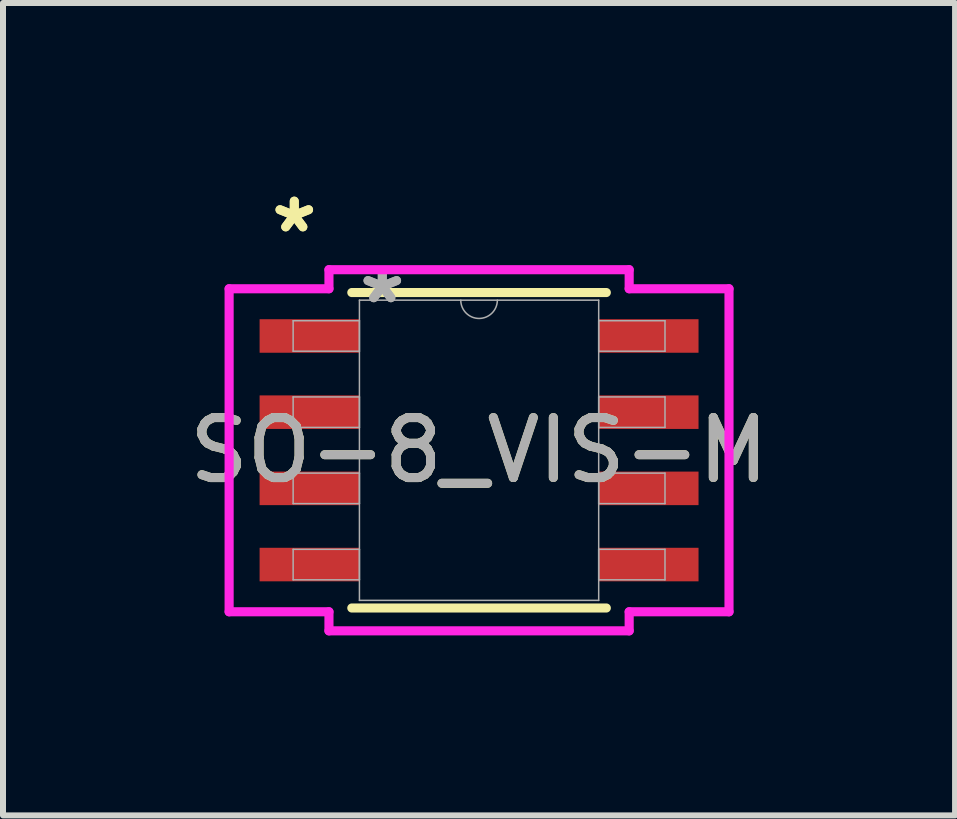
<source format=kicad_pcb>
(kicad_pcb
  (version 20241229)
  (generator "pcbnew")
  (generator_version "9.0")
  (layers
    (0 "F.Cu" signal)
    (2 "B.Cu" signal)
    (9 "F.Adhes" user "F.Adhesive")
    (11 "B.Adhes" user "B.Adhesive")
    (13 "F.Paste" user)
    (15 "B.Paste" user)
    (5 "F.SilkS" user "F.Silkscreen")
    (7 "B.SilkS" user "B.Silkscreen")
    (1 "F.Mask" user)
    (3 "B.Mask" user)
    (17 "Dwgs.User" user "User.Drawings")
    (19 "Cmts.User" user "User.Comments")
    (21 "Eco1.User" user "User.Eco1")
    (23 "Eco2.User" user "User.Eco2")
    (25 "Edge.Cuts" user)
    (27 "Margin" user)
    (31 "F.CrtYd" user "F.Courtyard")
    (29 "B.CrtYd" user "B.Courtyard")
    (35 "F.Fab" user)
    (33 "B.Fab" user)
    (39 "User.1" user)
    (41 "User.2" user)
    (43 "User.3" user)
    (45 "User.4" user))
  (footprint "SO-8_VIS-M"
    (layer "F.Cu")
    (at 4.935 4.455)
    (property "Reference" "SO-8_VIS-M" (at 0 0 0) (unlocked yes) (layer "F.SilkS") (effects (font (size 1 1) (thickness 0.15))))
    (attr smd)
    (fp_line (start -2.121 2.629) (end 2.121 2.629) (stroke (width 0.152) (type solid)) (layer "F.SilkS"))
    (fp_line (start 2.121 -2.629) (end -2.121 -2.629) (stroke (width 0.152) (type solid)) (layer "F.SilkS"))
    (fp_line (start -4.166 -2.692) (end -2.502 -2.692) (stroke (width 0.152) (type solid)) (layer "F.CrtYd"))
    (fp_line (start -4.166 2.692) (end -4.166 -2.692) (stroke (width 0.152) (type solid)) (layer "F.CrtYd"))
    (fp_line (start -4.166 2.692) (end -2.502 2.692) (stroke (width 0.152) (type solid)) (layer "F.CrtYd"))
    (fp_line (start -2.502 -3.01) (end 2.502 -3.01) (stroke (width 0.152) (type solid)) (layer "F.CrtYd"))
    (fp_line (start -2.502 -2.692) (end -2.502 -3.01) (stroke (width 0.152) (type solid)) (layer "F.CrtYd"))
    (fp_line (start -2.502 3.01) (end -2.502 2.692) (stroke (width 0.152) (type solid)) (layer "F.CrtYd"))
    (fp_line (start 2.502 -3.01) (end 2.502 -2.692) (stroke (width 0.152) (type solid)) (layer "F.CrtYd"))
    (fp_line (start 2.502 2.692) (end 2.502 3.01) (stroke (width 0.152) (type solid)) (layer "F.CrtYd"))
    (fp_line (start 2.502 3.01) (end -2.502 3.01) (stroke (width 0.152) (type solid)) (layer "F.CrtYd"))
    (fp_line (start 4.166 -2.692) (end 2.502 -2.692) (stroke (width 0.152) (type solid)) (layer "F.CrtYd"))
    (fp_line (start 4.166 -2.692) (end 4.166 2.692) (stroke (width 0.152) (type solid)) (layer "F.CrtYd"))
    (fp_line (start 4.166 2.692) (end 2.502 2.692) (stroke (width 0.152) (type solid)) (layer "F.CrtYd"))
    (fp_line (start -3.099 -2.159) (end -3.099 -1.651) (stroke (width 0.025) (type solid)) (layer "F.Fab"))
    (fp_line (start -3.099 -1.651) (end -1.994 -1.651) (stroke (width 0.025) (type solid)) (layer "F.Fab"))
    (fp_line (start -3.099 -0.889) (end -3.099 -0.381) (stroke (width 0.025) (type solid)) (layer "F.Fab"))
    (fp_line (start -3.099 -0.381) (end -1.994 -0.381) (stroke (width 0.025) (type solid)) (layer "F.Fab"))
    (fp_line (start -3.099 0.381) (end -3.099 0.889) (stroke (width 0.025) (type solid)) (layer "F.Fab"))
    (fp_line (start -3.099 0.889) (end -1.994 0.889) (stroke (width 0.025) (type solid)) (layer "F.Fab"))
    (fp_line (start -3.099 1.651) (end -3.099 2.159) (stroke (width 0.025) (type solid)) (layer "F.Fab"))
    (fp_line (start -3.099 2.159) (end -1.994 2.159) (stroke (width 0.025) (type solid)) (layer "F.Fab"))
    (fp_line (start -1.994 -2.502) (end -1.994 2.502) (stroke (width 0.025) (type solid)) (layer "F.Fab"))
    (fp_line (start -1.994 -2.159) (end -3.099 -2.159) (stroke (width 0.025) (type solid)) (layer "F.Fab"))
    (fp_line (start -1.994 -1.651) (end -1.994 -2.159) (stroke (width 0.025) (type solid)) (layer "F.Fab"))
    (fp_line (start -1.994 -0.889) (end -3.099 -0.889) (stroke (width 0.025) (type solid)) (layer "F.Fab"))
    (fp_line (start -1.994 -0.381) (end -1.994 -0.889) (stroke (width 0.025) (type solid)) (layer "F.Fab"))
    (fp_line (start -1.994 0.381) (end -3.099 0.381) (stroke (width 0.025) (type solid)) (layer "F.Fab"))
    (fp_line (start -1.994 0.889) (end -1.994 0.381) (stroke (width 0.025) (type solid)) (layer "F.Fab"))
    (fp_line (start -1.994 1.651) (end -3.099 1.651) (stroke (width 0.025) (type solid)) (layer "F.Fab"))
    (fp_line (start -1.994 2.159) (end -1.994 1.651) (stroke (width 0.025) (type solid)) (layer "F.Fab"))
    (fp_line (start -1.994 2.502) (end 1.994 2.502) (stroke (width 0.025) (type solid)) (layer "F.Fab"))
    (fp_line (start 1.994 -2.502) (end -1.994 -2.502) (stroke (width 0.025) (type solid)) (layer "F.Fab"))
    (fp_line (start 1.994 -2.159) (end 1.994 -1.651) (stroke (width 0.025) (type solid)) (layer "F.Fab"))
    (fp_line (start 1.994 -1.651) (end 3.099 -1.651) (stroke (width 0.025) (type solid)) (layer "F.Fab"))
    (fp_line (start 1.994 -0.889) (end 1.994 -0.381) (stroke (width 0.025) (type solid)) (layer "F.Fab"))
    (fp_line (start 1.994 -0.381) (end 3.099 -0.381) (stroke (width 0.025) (type solid)) (layer "F.Fab"))
    (fp_line (start 1.994 0.381) (end 1.994 0.889) (stroke (width 0.025) (type solid)) (layer "F.Fab"))
    (fp_line (start 1.994 0.889) (end 3.099 0.889) (stroke (width 0.025) (type solid)) (layer "F.Fab"))
    (fp_line (start 1.994 1.651) (end 1.994 2.159) (stroke (width 0.025) (type solid)) (layer "F.Fab"))
    (fp_line (start 1.994 2.159) (end 3.099 2.159) (stroke (width 0.025) (type solid)) (layer "F.Fab"))
    (fp_line (start 1.994 2.502) (end 1.994 -2.502) (stroke (width 0.025) (type solid)) (layer "F.Fab"))
    (fp_line (start 3.099 -2.159) (end 1.994 -2.159) (stroke (width 0.025) (type solid)) (layer "F.Fab"))
    (fp_line (start 3.099 -1.651) (end 3.099 -2.159) (stroke (width 0.025) (type solid)) (layer "F.Fab"))
    (fp_line (start 3.099 -0.889) (end 1.994 -0.889) (stroke (width 0.025) (type solid)) (layer "F.Fab"))
    (fp_line (start 3.099 -0.381) (end 3.099 -0.889) (stroke (width 0.025) (type solid)) (layer "F.Fab"))
    (fp_line (start 3.099 0.381) (end 1.994 0.381) (stroke (width 0.025) (type solid)) (layer "F.Fab"))
    (fp_line (start 3.099 0.889) (end 3.099 0.381) (stroke (width 0.025) (type solid)) (layer "F.Fab"))
    (fp_line (start 3.099 1.651) (end 1.994 1.651) (stroke (width 0.025) (type solid)) (layer "F.Fab"))
    (fp_line (start 3.099 2.159) (end 3.099 1.651) (stroke (width 0.025) (type solid)) (layer "F.Fab"))
    (fp_arc (start 0.3048 -2.5019) (mid 0 -2.1971) (end -0.3048 -2.5019) (stroke (width 0.0254) (type solid)) (layer "F.Fab"))
    (fp_text user "*" (at -3.08 -3.607 0) (layer "F.SilkS") (effects (font (size 1 1) (thickness 0.15))))
    (fp_text user "*" (at -3.08 -3.607 0) (unlocked yes) (layer "F.SilkS") (effects (font (size 1 1) (thickness 0.15))))
    (fp_text user "*" (at -1.613 -2.426 0) (unlocked yes) (layer "F.Fab") (effects (font (size 1 1) (thickness 0.15))))
    (fp_text user "*" (at -1.613 -2.426 0) (layer "F.Fab") (effects (font (size 1 1) (thickness 0.15))))
    (fp_text user "${REFERENCE}" (at 0 0 0) (unlocked yes) (layer "F.Fab") (effects (font (size 1 1) (thickness 0.15))))
    (pad "1" smd rect (at -2.826 -1.905) (size 1.664 0.559) (layers "F.Cu" "F.Mask" "F.Paste"))
    (pad "2" smd rect (at -2.826 -0.635) (size 1.664 0.559) (layers "F.Cu" "F.Mask" "F.Paste"))
    (pad "3" smd rect (at -2.826 0.635) (size 1.664 0.559) (layers "F.Cu" "F.Mask" "F.Paste"))
    (pad "4" smd rect (at -2.826 1.905) (size 1.664 0.559) (layers "F.Cu" "F.Mask" "F.Paste"))
    (pad "5" smd rect (at 2.826 1.905) (size 1.664 0.559) (layers "F.Cu" "F.Mask" "F.Paste"))
    (pad "6" smd rect (at 2.826 0.635) (size 1.664 0.559) (layers "F.Cu" "F.Mask" "F.Paste"))
    (pad "7" smd rect (at 2.826 -0.635) (size 1.664 0.559) (layers "F.Cu" "F.Mask" "F.Paste"))
    (pad "8" smd rect (at 2.826 -1.905) (size 1.664 0.559) (layers "F.Cu" "F.Mask" "F.Paste")))
  (gr_rect
    (start -3 -3)
    (end 12.869 10.541)
    (stroke (width 0.1) (type default))
    (fill no)
    (layer "Edge.Cuts")))
</source>
